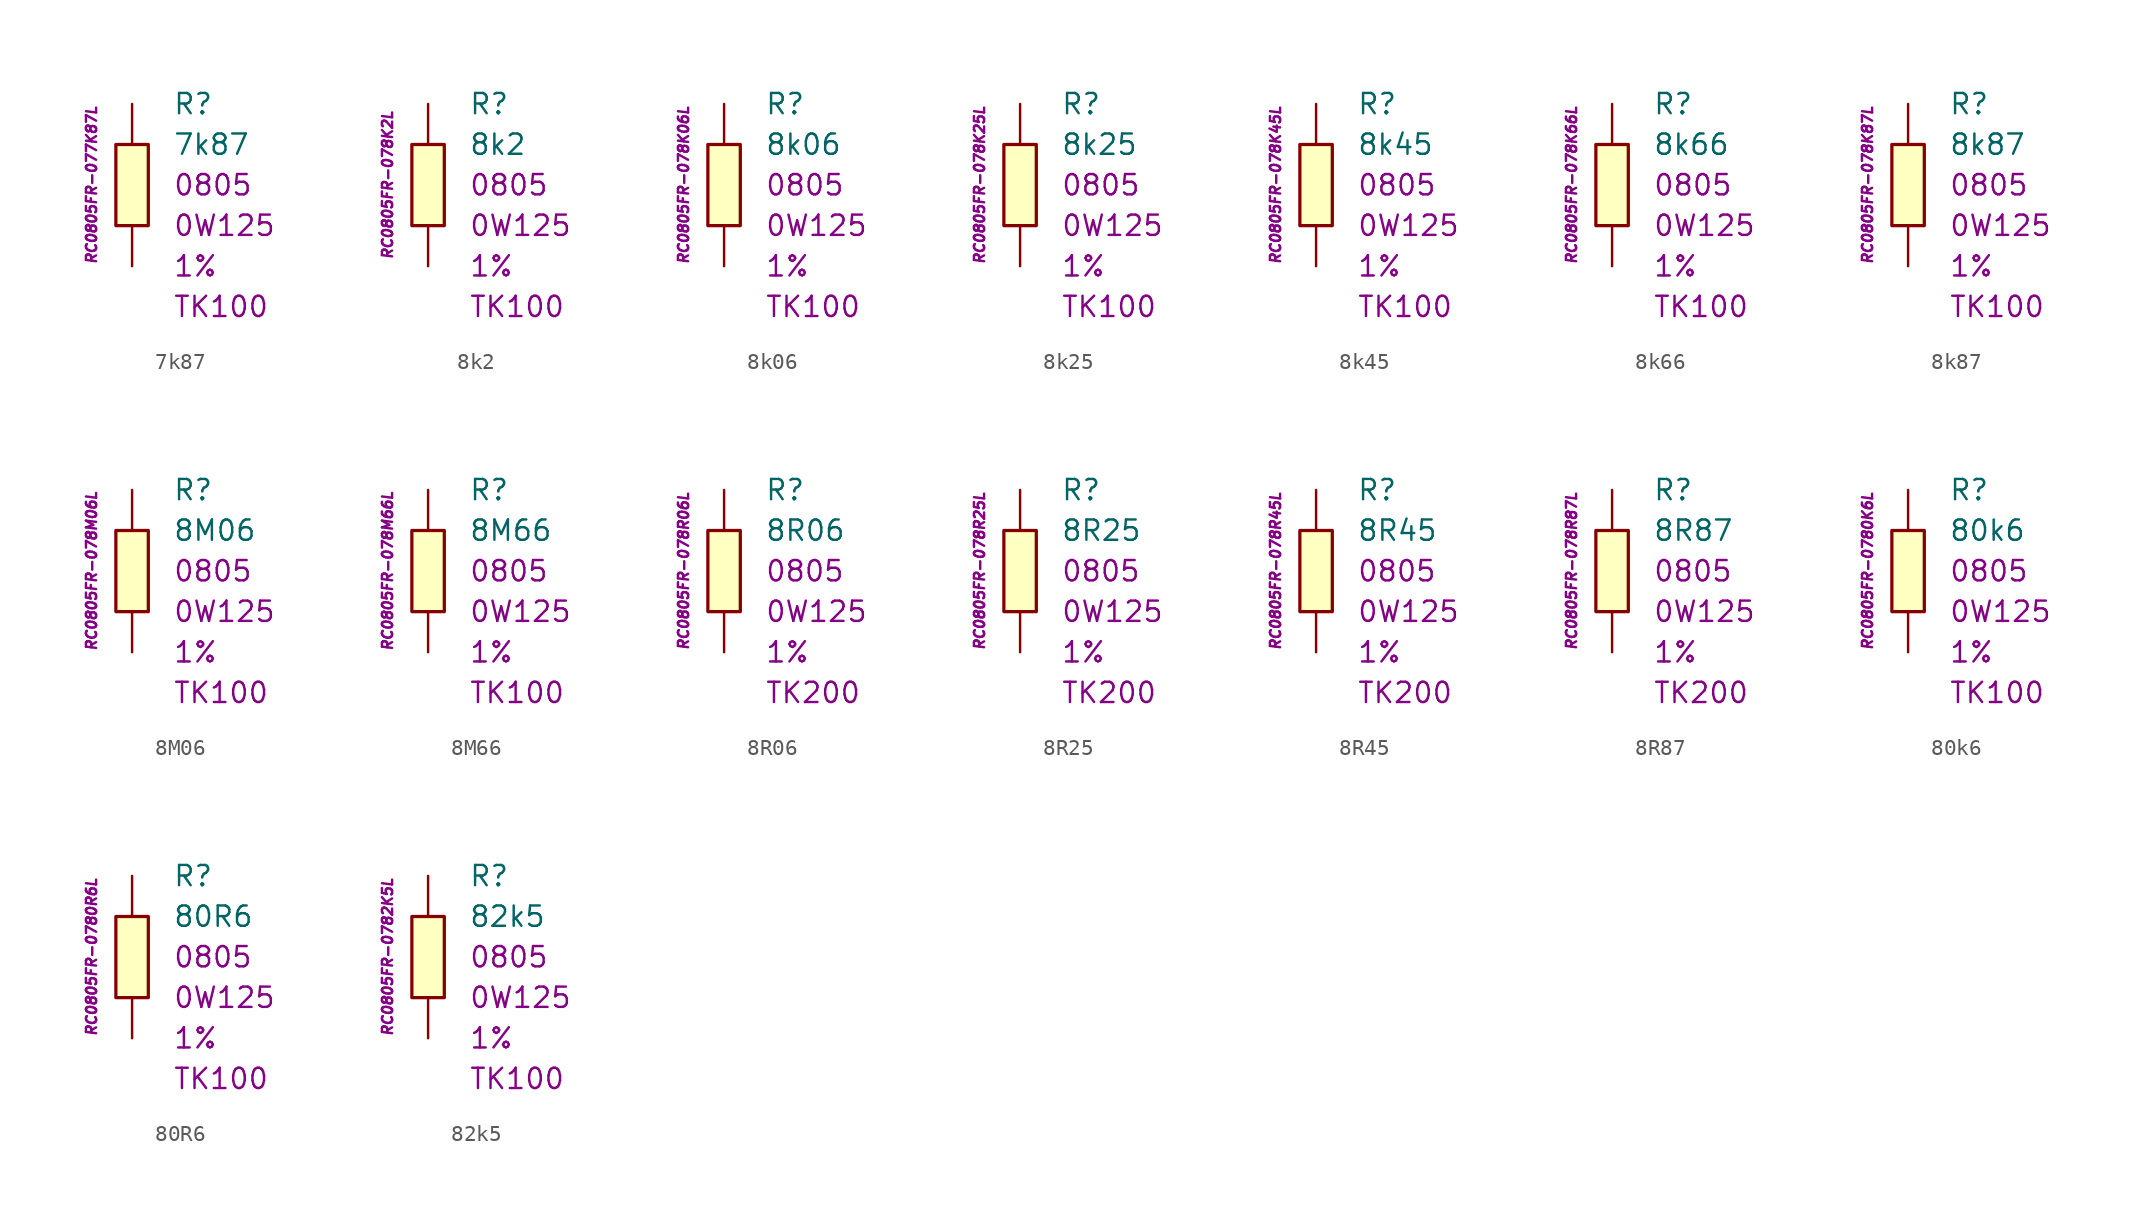
<source format=kicad_sym>
(kicad_symbol_lib
  (version 20201005)
  (generator kicad_symbol_editor)
  (symbol "7k87"
    (pin_numbers hide)
    (pin_names
      (offset 1.016) hide)
    (property "Reference" "R"
      (at 2.54 5.08 0)
      (effects (font (size 1.27 1.27)) (justify left)))
    (property "Value" "7k87"
      (at 2.54 2.54 0)
      (effects (font (size 1.27 1.27)) (justify left)))
    (property "Package" "0805"
      (at 2.54 0 0)
      (effects (font (size 1.27 1.27)) (justify left)))
    (property "Power" "0W125"
      (at 2.54 -2.54 0)
      (effects (font (size 1.27 1.27)) (justify left)))
    (property "Tolerance" "1%"
      (at 2.54 -5.08 0)
      (effects (font (size 1.27 1.27)) (justify left)))
    (property "TK" "TK100"
      (at 2.54 -7.62 0)
      (effects (font (size 1.27 1.27)) (justify left)))
    (property "ID" "RC0805FR-077K87L"
      (at -2.54 0 90)
      (effects (font (size 0.635 0.635) italic)))
    (symbol "7k87_0_1"
      (rectangle (start -1.016 2.54) (end 1.016 -2.54) (stroke (width 0.203)) (fill (type background))))
    (symbol "7k87_1_1"
      (pin passive line (at 0 5.08 270) (length 2.54) (name "~" (effects (font (size 1.778 1.778)))) (number "1" (effects (font (size 1.778 1.778)))))
      (pin passive line (at 0 -5.08 90) (length 2.54) (name "~" (effects (font (size 1.778 1.778)))) (number "2" (effects (font (size 1.778 1.778)))))))
  (symbol "8k2"
    (pin_numbers hide)
    (pin_names
      (offset 1.016) hide)
    (property "Reference" "R"
      (at 2.54 5.08 0)
      (effects (font (size 1.27 1.27)) (justify left)))
    (property "Value" "8k2"
      (at 2.54 2.54 0)
      (effects (font (size 1.27 1.27)) (justify left)))
    (property "Package" "0805"
      (at 2.54 0 0)
      (effects (font (size 1.27 1.27)) (justify left)))
    (property "Power" "0W125"
      (at 2.54 -2.54 0)
      (effects (font (size 1.27 1.27)) (justify left)))
    (property "Tolerance" "1%"
      (at 2.54 -5.08 0)
      (effects (font (size 1.27 1.27)) (justify left)))
    (property "TK" "TK100"
      (at 2.54 -7.62 0)
      (effects (font (size 1.27 1.27)) (justify left)))
    (property "ID" "RC0805FR-078K2L"
      (at -2.54 0 90)
      (effects (font (size 0.635 0.635) italic)))
    (symbol "8k2_0_1"
      (rectangle (start -1.016 2.54) (end 1.016 -2.54) (stroke (width 0.203)) (fill (type background))))
    (symbol "8k2_1_1"
      (pin passive line (at 0 5.08 270) (length 2.54) (name "~" (effects (font (size 1.778 1.778)))) (number "1" (effects (font (size 1.778 1.778)))))
      (pin passive line (at 0 -5.08 90) (length 2.54) (name "~" (effects (font (size 1.778 1.778)))) (number "2" (effects (font (size 1.778 1.778)))))))
  (symbol "8k06"
    (pin_numbers hide)
    (pin_names
      (offset 1.016) hide)
    (property "Reference" "R"
      (at 2.54 5.08 0)
      (effects (font (size 1.27 1.27)) (justify left)))
    (property "Value" "8k06"
      (at 2.54 2.54 0)
      (effects (font (size 1.27 1.27)) (justify left)))
    (property "Package" "0805"
      (at 2.54 0 0)
      (effects (font (size 1.27 1.27)) (justify left)))
    (property "Power" "0W125"
      (at 2.54 -2.54 0)
      (effects (font (size 1.27 1.27)) (justify left)))
    (property "Tolerance" "1%"
      (at 2.54 -5.08 0)
      (effects (font (size 1.27 1.27)) (justify left)))
    (property "TK" "TK100"
      (at 2.54 -7.62 0)
      (effects (font (size 1.27 1.27)) (justify left)))
    (property "ID" "RC0805FR-078K06L"
      (at -2.54 0 90)
      (effects (font (size 0.635 0.635) italic)))
    (symbol "8k06_0_1"
      (rectangle (start -1.016 2.54) (end 1.016 -2.54) (stroke (width 0.203)) (fill (type background))))
    (symbol "8k06_1_1"
      (pin passive line (at 0 5.08 270) (length 2.54) (name "~" (effects (font (size 1.778 1.778)))) (number "1" (effects (font (size 1.778 1.778)))))
      (pin passive line (at 0 -5.08 90) (length 2.54) (name "~" (effects (font (size 1.778 1.778)))) (number "2" (effects (font (size 1.778 1.778)))))))
  (symbol "8k25"
    (pin_numbers hide)
    (pin_names
      (offset 1.016) hide)
    (property "Reference" "R"
      (at 2.54 5.08 0)
      (effects (font (size 1.27 1.27)) (justify left)))
    (property "Value" "8k25"
      (at 2.54 2.54 0)
      (effects (font (size 1.27 1.27)) (justify left)))
    (property "Package" "0805"
      (at 2.54 0 0)
      (effects (font (size 1.27 1.27)) (justify left)))
    (property "Power" "0W125"
      (at 2.54 -2.54 0)
      (effects (font (size 1.27 1.27)) (justify left)))
    (property "Tolerance" "1%"
      (at 2.54 -5.08 0)
      (effects (font (size 1.27 1.27)) (justify left)))
    (property "TK" "TK100"
      (at 2.54 -7.62 0)
      (effects (font (size 1.27 1.27)) (justify left)))
    (property "ID" "RC0805FR-078K25L"
      (at -2.54 0 90)
      (effects (font (size 0.635 0.635) italic)))
    (symbol "8k25_0_1"
      (rectangle (start -1.016 2.54) (end 1.016 -2.54) (stroke (width 0.203)) (fill (type background))))
    (symbol "8k25_1_1"
      (pin passive line (at 0 5.08 270) (length 2.54) (name "~" (effects (font (size 1.778 1.778)))) (number "1" (effects (font (size 1.778 1.778)))))
      (pin passive line (at 0 -5.08 90) (length 2.54) (name "~" (effects (font (size 1.778 1.778)))) (number "2" (effects (font (size 1.778 1.778)))))))
  (symbol "8k45"
    (pin_numbers hide)
    (pin_names
      (offset 1.016) hide)
    (property "Reference" "R"
      (at 2.54 5.08 0)
      (effects (font (size 1.27 1.27)) (justify left)))
    (property "Value" "8k45"
      (at 2.54 2.54 0)
      (effects (font (size 1.27 1.27)) (justify left)))
    (property "Package" "0805"
      (at 2.54 0 0)
      (effects (font (size 1.27 1.27)) (justify left)))
    (property "Power" "0W125"
      (at 2.54 -2.54 0)
      (effects (font (size 1.27 1.27)) (justify left)))
    (property "Tolerance" "1%"
      (at 2.54 -5.08 0)
      (effects (font (size 1.27 1.27)) (justify left)))
    (property "TK" "TK100"
      (at 2.54 -7.62 0)
      (effects (font (size 1.27 1.27)) (justify left)))
    (property "ID" "RC0805FR-078K45L"
      (at -2.54 0 90)
      (effects (font (size 0.635 0.635) italic)))
    (symbol "8k45_0_1"
      (rectangle (start -1.016 2.54) (end 1.016 -2.54) (stroke (width 0.203)) (fill (type background))))
    (symbol "8k45_1_1"
      (pin passive line (at 0 5.08 270) (length 2.54) (name "~" (effects (font (size 1.778 1.778)))) (number "1" (effects (font (size 1.778 1.778)))))
      (pin passive line (at 0 -5.08 90) (length 2.54) (name "~" (effects (font (size 1.778 1.778)))) (number "2" (effects (font (size 1.778 1.778)))))))
  (symbol "8k66"
    (pin_numbers hide)
    (pin_names
      (offset 1.016) hide)
    (property "Reference" "R"
      (at 2.54 5.08 0)
      (effects (font (size 1.27 1.27)) (justify left)))
    (property "Value" "8k66"
      (at 2.54 2.54 0)
      (effects (font (size 1.27 1.27)) (justify left)))
    (property "Package" "0805"
      (at 2.54 0 0)
      (effects (font (size 1.27 1.27)) (justify left)))
    (property "Power" "0W125"
      (at 2.54 -2.54 0)
      (effects (font (size 1.27 1.27)) (justify left)))
    (property "Tolerance" "1%"
      (at 2.54 -5.08 0)
      (effects (font (size 1.27 1.27)) (justify left)))
    (property "TK" "TK100"
      (at 2.54 -7.62 0)
      (effects (font (size 1.27 1.27)) (justify left)))
    (property "ID" "RC0805FR-078K66L"
      (at -2.54 0 90)
      (effects (font (size 0.635 0.635) italic)))
    (symbol "8k66_0_1"
      (rectangle (start -1.016 2.54) (end 1.016 -2.54) (stroke (width 0.203)) (fill (type background))))
    (symbol "8k66_1_1"
      (pin passive line (at 0 5.08 270) (length 2.54) (name "~" (effects (font (size 1.778 1.778)))) (number "1" (effects (font (size 1.778 1.778)))))
      (pin passive line (at 0 -5.08 90) (length 2.54) (name "~" (effects (font (size 1.778 1.778)))) (number "2" (effects (font (size 1.778 1.778)))))))
  (symbol "8k87"
    (pin_numbers hide)
    (pin_names
      (offset 1.016) hide)
    (property "Reference" "R"
      (at 2.54 5.08 0)
      (effects (font (size 1.27 1.27)) (justify left)))
    (property "Value" "8k87"
      (at 2.54 2.54 0)
      (effects (font (size 1.27 1.27)) (justify left)))
    (property "Package" "0805"
      (at 2.54 0 0)
      (effects (font (size 1.27 1.27)) (justify left)))
    (property "Power" "0W125"
      (at 2.54 -2.54 0)
      (effects (font (size 1.27 1.27)) (justify left)))
    (property "Tolerance" "1%"
      (at 2.54 -5.08 0)
      (effects (font (size 1.27 1.27)) (justify left)))
    (property "TK" "TK100"
      (at 2.54 -7.62 0)
      (effects (font (size 1.27 1.27)) (justify left)))
    (property "ID" "RC0805FR-078K87L"
      (at -2.54 0 90)
      (effects (font (size 0.635 0.635) italic)))
    (symbol "8k87_0_1"
      (rectangle (start -1.016 2.54) (end 1.016 -2.54) (stroke (width 0.203)) (fill (type background))))
    (symbol "8k87_1_1"
      (pin passive line (at 0 5.08 270) (length 2.54) (name "~" (effects (font (size 1.778 1.778)))) (number "1" (effects (font (size 1.778 1.778)))))
      (pin passive line (at 0 -5.08 90) (length 2.54) (name "~" (effects (font (size 1.778 1.778)))) (number "2" (effects (font (size 1.778 1.778)))))))
  (symbol "8M06"
    (pin_numbers hide)
    (pin_names
      (offset 1.016) hide)
    (property "Reference" "R"
      (at 2.54 5.08 0)
      (effects (font (size 1.27 1.27)) (justify left)))
    (property "Value" "8M06"
      (at 2.54 2.54 0)
      (effects (font (size 1.27 1.27)) (justify left)))
    (property "Package" "0805"
      (at 2.54 0 0)
      (effects (font (size 1.27 1.27)) (justify left)))
    (property "Power" "0W125"
      (at 2.54 -2.54 0)
      (effects (font (size 1.27 1.27)) (justify left)))
    (property "Tolerance" "1%"
      (at 2.54 -5.08 0)
      (effects (font (size 1.27 1.27)) (justify left)))
    (property "TK" "TK100"
      (at 2.54 -7.62 0)
      (effects (font (size 1.27 1.27)) (justify left)))
    (property "ID" "RC0805FR-078M06L"
      (at -2.54 0 90)
      (effects (font (size 0.635 0.635) italic)))
    (symbol "8M06_0_1"
      (rectangle (start -1.016 2.54) (end 1.016 -2.54) (stroke (width 0.203)) (fill (type background))))
    (symbol "8M06_1_1"
      (pin passive line (at 0 5.08 270) (length 2.54) (name "~" (effects (font (size 1.778 1.778)))) (number "1" (effects (font (size 1.778 1.778)))))
      (pin passive line (at 0 -5.08 90) (length 2.54) (name "~" (effects (font (size 1.778 1.778)))) (number "2" (effects (font (size 1.778 1.778)))))))
  (symbol "8M66"
    (pin_numbers hide)
    (pin_names
      (offset 1.016) hide)
    (property "Reference" "R"
      (at 2.54 5.08 0)
      (effects (font (size 1.27 1.27)) (justify left)))
    (property "Value" "8M66"
      (at 2.54 2.54 0)
      (effects (font (size 1.27 1.27)) (justify left)))
    (property "Package" "0805"
      (at 2.54 0 0)
      (effects (font (size 1.27 1.27)) (justify left)))
    (property "Power" "0W125"
      (at 2.54 -2.54 0)
      (effects (font (size 1.27 1.27)) (justify left)))
    (property "Tolerance" "1%"
      (at 2.54 -5.08 0)
      (effects (font (size 1.27 1.27)) (justify left)))
    (property "TK" "TK100"
      (at 2.54 -7.62 0)
      (effects (font (size 1.27 1.27)) (justify left)))
    (property "ID" "RC0805FR-078M66L"
      (at -2.54 0 90)
      (effects (font (size 0.635 0.635) italic)))
    (symbol "8M66_0_1"
      (rectangle (start -1.016 2.54) (end 1.016 -2.54) (stroke (width 0.203)) (fill (type background))))
    (symbol "8M66_1_1"
      (pin passive line (at 0 5.08 270) (length 2.54) (name "~" (effects (font (size 1.778 1.778)))) (number "1" (effects (font (size 1.778 1.778)))))
      (pin passive line (at 0 -5.08 90) (length 2.54) (name "~" (effects (font (size 1.778 1.778)))) (number "2" (effects (font (size 1.778 1.778)))))))
  (symbol "8R06"
    (pin_numbers hide)
    (pin_names
      (offset 1.016) hide)
    (property "Reference" "R"
      (at 2.54 5.08 0)
      (effects (font (size 1.27 1.27)) (justify left)))
    (property "Value" "8R06"
      (at 2.54 2.54 0)
      (effects (font (size 1.27 1.27)) (justify left)))
    (property "Package" "0805"
      (at 2.54 0 0)
      (effects (font (size 1.27 1.27)) (justify left)))
    (property "Power" "0W125"
      (at 2.54 -2.54 0)
      (effects (font (size 1.27 1.27)) (justify left)))
    (property "Tolerance" "1%"
      (at 2.54 -5.08 0)
      (effects (font (size 1.27 1.27)) (justify left)))
    (property "TK" "TK200"
      (at 2.54 -7.62 0)
      (effects (font (size 1.27 1.27)) (justify left)))
    (property "ID" "RC0805FR-078R06L"
      (at -2.54 0 90)
      (effects (font (size 0.635 0.635) italic)))
    (symbol "8R06_0_1"
      (rectangle (start -1.016 2.54) (end 1.016 -2.54) (stroke (width 0.203)) (fill (type background))))
    (symbol "8R06_1_1"
      (pin passive line (at 0 5.08 270) (length 2.54) (name "~" (effects (font (size 1.778 1.778)))) (number "1" (effects (font (size 1.778 1.778)))))
      (pin passive line (at 0 -5.08 90) (length 2.54) (name "~" (effects (font (size 1.778 1.778)))) (number "2" (effects (font (size 1.778 1.778)))))))
  (symbol "8R25"
    (pin_numbers hide)
    (pin_names
      (offset 1.016) hide)
    (property "Reference" "R"
      (at 2.54 5.08 0)
      (effects (font (size 1.27 1.27)) (justify left)))
    (property "Value" "8R25"
      (at 2.54 2.54 0)
      (effects (font (size 1.27 1.27)) (justify left)))
    (property "Package" "0805"
      (at 2.54 0 0)
      (effects (font (size 1.27 1.27)) (justify left)))
    (property "Power" "0W125"
      (at 2.54 -2.54 0)
      (effects (font (size 1.27 1.27)) (justify left)))
    (property "Tolerance" "1%"
      (at 2.54 -5.08 0)
      (effects (font (size 1.27 1.27)) (justify left)))
    (property "TK" "TK200"
      (at 2.54 -7.62 0)
      (effects (font (size 1.27 1.27)) (justify left)))
    (property "ID" "RC0805FR-078R25L"
      (at -2.54 0 90)
      (effects (font (size 0.635 0.635) italic)))
    (symbol "8R25_0_1"
      (rectangle (start -1.016 2.54) (end 1.016 -2.54) (stroke (width 0.203)) (fill (type background))))
    (symbol "8R25_1_1"
      (pin passive line (at 0 5.08 270) (length 2.54) (name "~" (effects (font (size 1.778 1.778)))) (number "1" (effects (font (size 1.778 1.778)))))
      (pin passive line (at 0 -5.08 90) (length 2.54) (name "~" (effects (font (size 1.778 1.778)))) (number "2" (effects (font (size 1.778 1.778)))))))
  (symbol "8R45"
    (pin_numbers hide)
    (pin_names
      (offset 1.016) hide)
    (property "Reference" "R"
      (at 2.54 5.08 0)
      (effects (font (size 1.27 1.27)) (justify left)))
    (property "Value" "8R45"
      (at 2.54 2.54 0)
      (effects (font (size 1.27 1.27)) (justify left)))
    (property "Package" "0805"
      (at 2.54 0 0)
      (effects (font (size 1.27 1.27)) (justify left)))
    (property "Power" "0W125"
      (at 2.54 -2.54 0)
      (effects (font (size 1.27 1.27)) (justify left)))
    (property "Tolerance" "1%"
      (at 2.54 -5.08 0)
      (effects (font (size 1.27 1.27)) (justify left)))
    (property "TK" "TK200"
      (at 2.54 -7.62 0)
      (effects (font (size 1.27 1.27)) (justify left)))
    (property "ID" "RC0805FR-078R45L"
      (at -2.54 0 90)
      (effects (font (size 0.635 0.635) italic)))
    (symbol "8R45_0_1"
      (rectangle (start -1.016 2.54) (end 1.016 -2.54) (stroke (width 0.203)) (fill (type background))))
    (symbol "8R45_1_1"
      (pin passive line (at 0 5.08 270) (length 2.54) (name "~" (effects (font (size 1.778 1.778)))) (number "1" (effects (font (size 1.778 1.778)))))
      (pin passive line (at 0 -5.08 90) (length 2.54) (name "~" (effects (font (size 1.778 1.778)))) (number "2" (effects (font (size 1.778 1.778)))))))
  (symbol "8R87"
    (pin_numbers hide)
    (pin_names
      (offset 1.016) hide)
    (property "Reference" "R"
      (at 2.54 5.08 0)
      (effects (font (size 1.27 1.27)) (justify left)))
    (property "Value" "8R87"
      (at 2.54 2.54 0)
      (effects (font (size 1.27 1.27)) (justify left)))
    (property "Package" "0805"
      (at 2.54 0 0)
      (effects (font (size 1.27 1.27)) (justify left)))
    (property "Power" "0W125"
      (at 2.54 -2.54 0)
      (effects (font (size 1.27 1.27)) (justify left)))
    (property "Tolerance" "1%"
      (at 2.54 -5.08 0)
      (effects (font (size 1.27 1.27)) (justify left)))
    (property "TK" "TK200"
      (at 2.54 -7.62 0)
      (effects (font (size 1.27 1.27)) (justify left)))
    (property "ID" "RC0805FR-078R87L"
      (at -2.54 0 90)
      (effects (font (size 0.635 0.635) italic)))
    (symbol "8R87_0_1"
      (rectangle (start -1.016 2.54) (end 1.016 -2.54) (stroke (width 0.203)) (fill (type background))))
    (symbol "8R87_1_1"
      (pin passive line (at 0 5.08 270) (length 2.54) (name "~" (effects (font (size 1.778 1.778)))) (number "1" (effects (font (size 1.778 1.778)))))
      (pin passive line (at 0 -5.08 90) (length 2.54) (name "~" (effects (font (size 1.778 1.778)))) (number "2" (effects (font (size 1.778 1.778)))))))
  (symbol "80k6"
    (pin_numbers hide)
    (pin_names
      (offset 1.016) hide)
    (property "Reference" "R"
      (at 2.54 5.08 0)
      (effects (font (size 1.27 1.27)) (justify left)))
    (property "Value" "80k6"
      (at 2.54 2.54 0)
      (effects (font (size 1.27 1.27)) (justify left)))
    (property "Package" "0805"
      (at 2.54 0 0)
      (effects (font (size 1.27 1.27)) (justify left)))
    (property "Power" "0W125"
      (at 2.54 -2.54 0)
      (effects (font (size 1.27 1.27)) (justify left)))
    (property "Tolerance" "1%"
      (at 2.54 -5.08 0)
      (effects (font (size 1.27 1.27)) (justify left)))
    (property "TK" "TK100"
      (at 2.54 -7.62 0)
      (effects (font (size 1.27 1.27)) (justify left)))
    (property "ID" "RC0805FR-0780K6L"
      (at -2.54 0 90)
      (effects (font (size 0.635 0.635) italic)))
    (symbol "80k6_0_1"
      (rectangle (start -1.016 2.54) (end 1.016 -2.54) (stroke (width 0.203)) (fill (type background))))
    (symbol "80k6_1_1"
      (pin passive line (at 0 5.08 270) (length 2.54) (name "~" (effects (font (size 1.778 1.778)))) (number "1" (effects (font (size 1.778 1.778)))))
      (pin passive line (at 0 -5.08 90) (length 2.54) (name "~" (effects (font (size 1.778 1.778)))) (number "2" (effects (font (size 1.778 1.778)))))))
  (symbol "80R6"
    (pin_numbers hide)
    (pin_names
      (offset 1.016) hide)
    (property "Reference" "R"
      (at 2.54 5.08 0)
      (effects (font (size 1.27 1.27)) (justify left)))
    (property "Value" "80R6"
      (at 2.54 2.54 0)
      (effects (font (size 1.27 1.27)) (justify left)))
    (property "Package" "0805"
      (at 2.54 0 0)
      (effects (font (size 1.27 1.27)) (justify left)))
    (property "Power" "0W125"
      (at 2.54 -2.54 0)
      (effects (font (size 1.27 1.27)) (justify left)))
    (property "Tolerance" "1%"
      (at 2.54 -5.08 0)
      (effects (font (size 1.27 1.27)) (justify left)))
    (property "TK" "TK100"
      (at 2.54 -7.62 0)
      (effects (font (size 1.27 1.27)) (justify left)))
    (property "ID" "RC0805FR-0780R6L"
      (at -2.54 0 90)
      (effects (font (size 0.635 0.635) italic)))
    (symbol "80R6_0_1"
      (rectangle (start -1.016 2.54) (end 1.016 -2.54) (stroke (width 0.203)) (fill (type background))))
    (symbol "80R6_1_1"
      (pin passive line (at 0 5.08 270) (length 2.54) (name "~" (effects (font (size 1.778 1.778)))) (number "1" (effects (font (size 1.778 1.778)))))
      (pin passive line (at 0 -5.08 90) (length 2.54) (name "~" (effects (font (size 1.778 1.778)))) (number "2" (effects (font (size 1.778 1.778)))))))
  (symbol "82k5"
    (pin_numbers hide)
    (pin_names
      (offset 1.016) hide)
    (property "Reference" "R"
      (at 2.54 5.08 0)
      (effects (font (size 1.27 1.27)) (justify left)))
    (property "Value" "82k5"
      (at 2.54 2.54 0)
      (effects (font (size 1.27 1.27)) (justify left)))
    (property "Package" "0805"
      (at 2.54 0 0)
      (effects (font (size 1.27 1.27)) (justify left)))
    (property "Power" "0W125"
      (at 2.54 -2.54 0)
      (effects (font (size 1.27 1.27)) (justify left)))
    (property "Tolerance" "1%"
      (at 2.54 -5.08 0)
      (effects (font (size 1.27 1.27)) (justify left)))
    (property "TK" "TK100"
      (at 2.54 -7.62 0)
      (effects (font (size 1.27 1.27)) (justify left)))
    (property "ID" "RC0805FR-0782K5L"
      (at -2.54 0 90)
      (effects (font (size 0.635 0.635) italic)))
    (symbol "82k5_0_1"
      (rectangle (start -1.016 2.54) (end 1.016 -2.54) (stroke (width 0.203)) (fill (type background))))
    (symbol "82k5_1_1"
      (pin passive line (at 0 5.08 270) (length 2.54) (name "~" (effects (font (size 1.778 1.778)))) (number "1" (effects (font (size 1.778 1.778)))))
      (pin passive line (at 0 -5.08 90) (length 2.54) (name "~" (effects (font (size 1.778 1.778)))) (number "2" (effects (font (size 1.778 1.778))))))))
</source>
